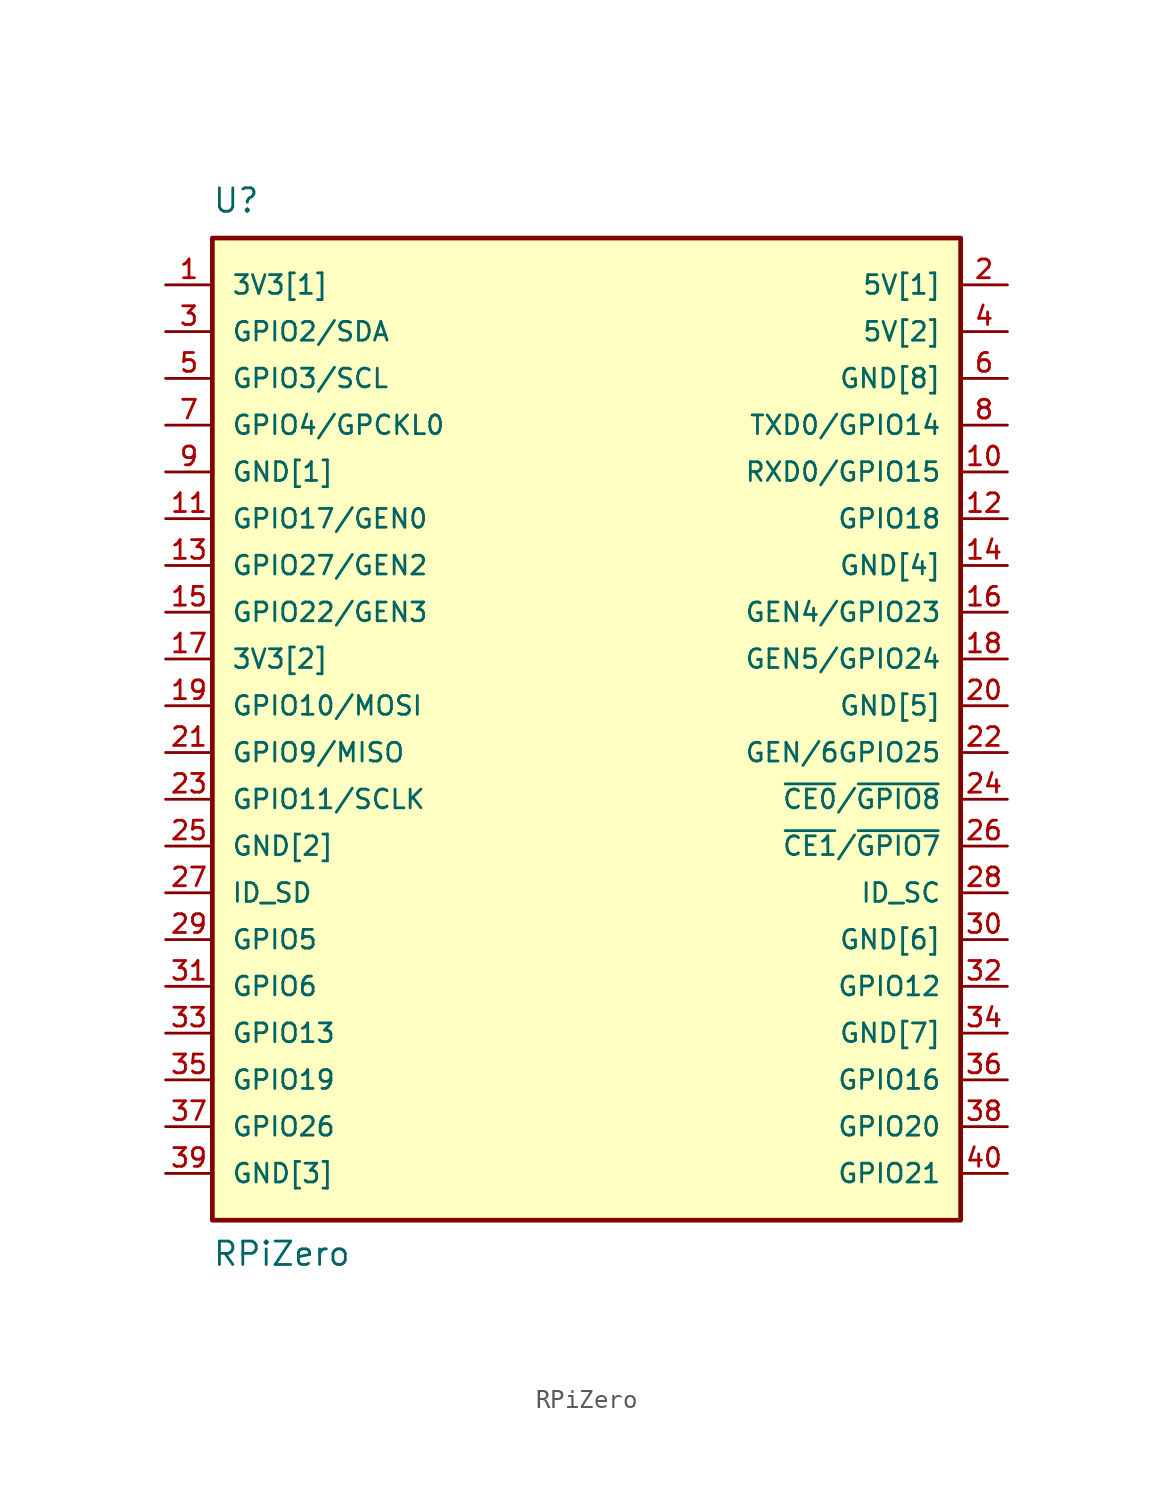
<source format=kicad_sym>
(kicad_symbol_lib
  (version 20220914)
  (generator kicad_symbol_editor)
  (symbol "RPiZero"
    (pin_names
      (offset 1.016))
    (property "Reference" "U"
      (at -20.34 26.696 0)
      (effects (font (size 1.27 1.27)) (justify left bottom)))
    (property "Value" "RPiZero"
      (at -20.339 -30.509 0)
      (effects (font (size 1.27 1.27)) (justify left bottom)))
    (symbol "RPiZero_0_0"
      (rectangle (start -20.32 25.4) (end 20.32 -27.94) (stroke (width 0.254) (type default)) (fill (type background)))
      (pin power_in line (at -22.86 22.86 0) (length 2.54) (name "3V3[1]" (effects (font (size 1.016 1.016)))) (number "1" (effects (font (size 1.016 1.016)))))
      (pin bidirectional line (at 22.86 12.7 180) (length 2.54) (name "RXD0/GPIO15" (effects (font (size 1.016 1.016)))) (number "10" (effects (font (size 1.016 1.016)))))
      (pin bidirectional line (at -22.86 10.16 0) (length 2.54) (name "GPIO17/GEN0" (effects (font (size 1.016 1.016)))) (number "11" (effects (font (size 1.016 1.016)))))
      (pin bidirectional line (at 22.86 10.16 180) (length 2.54) (name "GPIO18" (effects (font (size 1.016 1.016)))) (number "12" (effects (font (size 1.016 1.016)))))
      (pin bidirectional line (at -22.86 7.62 0) (length 2.54) (name "GPIO27/GEN2" (effects (font (size 1.016 1.016)))) (number "13" (effects (font (size 1.016 1.016)))))
      (pin power_in line (at 22.86 7.62 180) (length 2.54) (name "GND[4]" (effects (font (size 1.016 1.016)))) (number "14" (effects (font (size 1.016 1.016)))))
      (pin bidirectional line (at -22.86 5.08 0) (length 2.54) (name "GPIO22/GEN3" (effects (font (size 1.016 1.016)))) (number "15" (effects (font (size 1.016 1.016)))))
      (pin bidirectional line (at 22.86 5.08 180) (length 2.54) (name "GEN4/GPIO23" (effects (font (size 1.016 1.016)))) (number "16" (effects (font (size 1.016 1.016)))))
      (pin power_in line (at -22.86 2.54 0) (length 2.54) (name "3V3[2]" (effects (font (size 1.016 1.016)))) (number "17" (effects (font (size 1.016 1.016)))))
      (pin bidirectional line (at 22.86 2.54 180) (length 2.54) (name "GEN5/GPIO24" (effects (font (size 1.016 1.016)))) (number "18" (effects (font (size 1.016 1.016)))))
      (pin bidirectional line (at -22.86 0 0) (length 2.54) (name "GPIO10/MOSI" (effects (font (size 1.016 1.016)))) (number "19" (effects (font (size 1.016 1.016)))))
      (pin power_in line (at 22.86 22.86 180) (length 2.54) (name "5V[1]" (effects (font (size 1.016 1.016)))) (number "2" (effects (font (size 1.016 1.016)))))
      (pin power_in line (at 22.86 0 180) (length 2.54) (name "GND[5]" (effects (font (size 1.016 1.016)))) (number "20" (effects (font (size 1.016 1.016)))))
      (pin bidirectional line (at -22.86 -2.54 0) (length 2.54) (name "GPIO9/MISO" (effects (font (size 1.016 1.016)))) (number "21" (effects (font (size 1.016 1.016)))))
      (pin bidirectional line (at 22.86 -2.54 180) (length 2.54) (name "GEN/6GPIO25" (effects (font (size 1.016 1.016)))) (number "22" (effects (font (size 1.016 1.016)))))
      (pin bidirectional line (at -22.86 -5.08 0) (length 2.54) (name "GPIO11/SCLK" (effects (font (size 1.016 1.016)))) (number "23" (effects (font (size 1.016 1.016)))))
      (pin power_in line (at -22.86 -7.62 0) (length 2.54) (name "GND[2]" (effects (font (size 1.016 1.016)))) (number "25" (effects (font (size 1.016 1.016)))))
      (pin bidirectional line (at -22.86 -10.16 0) (length 2.54) (name "ID_SD" (effects (font (size 1.016 1.016)))) (number "27" (effects (font (size 1.016 1.016)))))
      (pin bidirectional line (at 22.86 -10.16 180) (length 2.54) (name "ID_SC" (effects (font (size 1.016 1.016)))) (number "28" (effects (font (size 1.016 1.016)))))
      (pin bidirectional line (at -22.86 -12.7 0) (length 2.54) (name "GPIO5" (effects (font (size 1.016 1.016)))) (number "29" (effects (font (size 1.016 1.016)))))
      (pin bidirectional line (at -22.86 20.32 0) (length 2.54) (name "GPIO2/SDA" (effects (font (size 1.016 1.016)))) (number "3" (effects (font (size 1.016 1.016)))))
      (pin power_in line (at 22.86 -12.7 180) (length 2.54) (name "GND[6]" (effects (font (size 1.016 1.016)))) (number "30" (effects (font (size 1.016 1.016)))))
      (pin bidirectional line (at -22.86 -15.24 0) (length 2.54) (name "GPIO6" (effects (font (size 1.016 1.016)))) (number "31" (effects (font (size 1.016 1.016)))))
      (pin bidirectional line (at 22.86 -15.24 180) (length 2.54) (name "GPIO12" (effects (font (size 1.016 1.016)))) (number "32" (effects (font (size 1.016 1.016)))))
      (pin bidirectional line (at -22.86 -17.78 0) (length 2.54) (name "GPIO13" (effects (font (size 1.016 1.016)))) (number "33" (effects (font (size 1.016 1.016)))))
      (pin power_in line (at 22.86 -17.78 180) (length 2.54) (name "GND[7]" (effects (font (size 1.016 1.016)))) (number "34" (effects (font (size 1.016 1.016)))))
      (pin bidirectional line (at -22.86 -20.32 0) (length 2.54) (name "GPIO19" (effects (font (size 1.016 1.016)))) (number "35" (effects (font (size 1.016 1.016)))))
      (pin bidirectional line (at 22.86 -20.32 180) (length 2.54) (name "GPIO16" (effects (font (size 1.016 1.016)))) (number "36" (effects (font (size 1.016 1.016)))))
      (pin bidirectional line (at -22.86 -22.86 0) (length 2.54) (name "GPIO26" (effects (font (size 1.016 1.016)))) (number "37" (effects (font (size 1.016 1.016)))))
      (pin bidirectional line (at 22.86 -22.86 180) (length 2.54) (name "GPIO20" (effects (font (size 1.016 1.016)))) (number "38" (effects (font (size 1.016 1.016)))))
      (pin power_in line (at -22.86 -25.4 0) (length 2.54) (name "GND[3]" (effects (font (size 1.016 1.016)))) (number "39" (effects (font (size 1.016 1.016)))))
      (pin power_in line (at 22.86 20.32 180) (length 2.54) (name "5V[2]" (effects (font (size 1.016 1.016)))) (number "4" (effects (font (size 1.016 1.016)))))
      (pin bidirectional line (at 22.86 -25.4 180) (length 2.54) (name "GPIO21" (effects (font (size 1.016 1.016)))) (number "40" (effects (font (size 1.016 1.016)))))
      (pin bidirectional line (at -22.86 17.78 0) (length 2.54) (name "GPIO3/SCL" (effects (font (size 1.016 1.016)))) (number "5" (effects (font (size 1.016 1.016)))))
      (pin power_in line (at 22.86 17.78 180) (length 2.54) (name "GND[8]" (effects (font (size 1.016 1.016)))) (number "6" (effects (font (size 1.016 1.016)))))
      (pin bidirectional line (at -22.86 15.24 0) (length 2.54) (name "GPIO4/GPCKL0" (effects (font (size 1.016 1.016)))) (number "7" (effects (font (size 1.016 1.016)))))
      (pin bidirectional line (at 22.86 15.24 180) (length 2.54) (name "TXD0/GPIO14" (effects (font (size 1.016 1.016)))) (number "8" (effects (font (size 1.016 1.016)))))
      (pin power_in line (at -22.86 12.7 0) (length 2.54) (name "GND[1]" (effects (font (size 1.016 1.016)))) (number "9" (effects (font (size 1.016 1.016))))))
    (symbol "RPiZero_1_0"
      (pin bidirectional line (at 22.86 -5.08 180) (length 2.54) (name "~{CE0}/~{GPIO8}" (effects (font (size 1.016 1.016)))) (number "24" (effects (font (size 1.016 1.016)))))
      (pin bidirectional line (at 22.86 -7.62 180) (length 2.54) (name "~{CE1}/~{GPIO7}" (effects (font (size 1.016 1.016)))) (number "26" (effects (font (size 1.016 1.016))))))))
</source>
